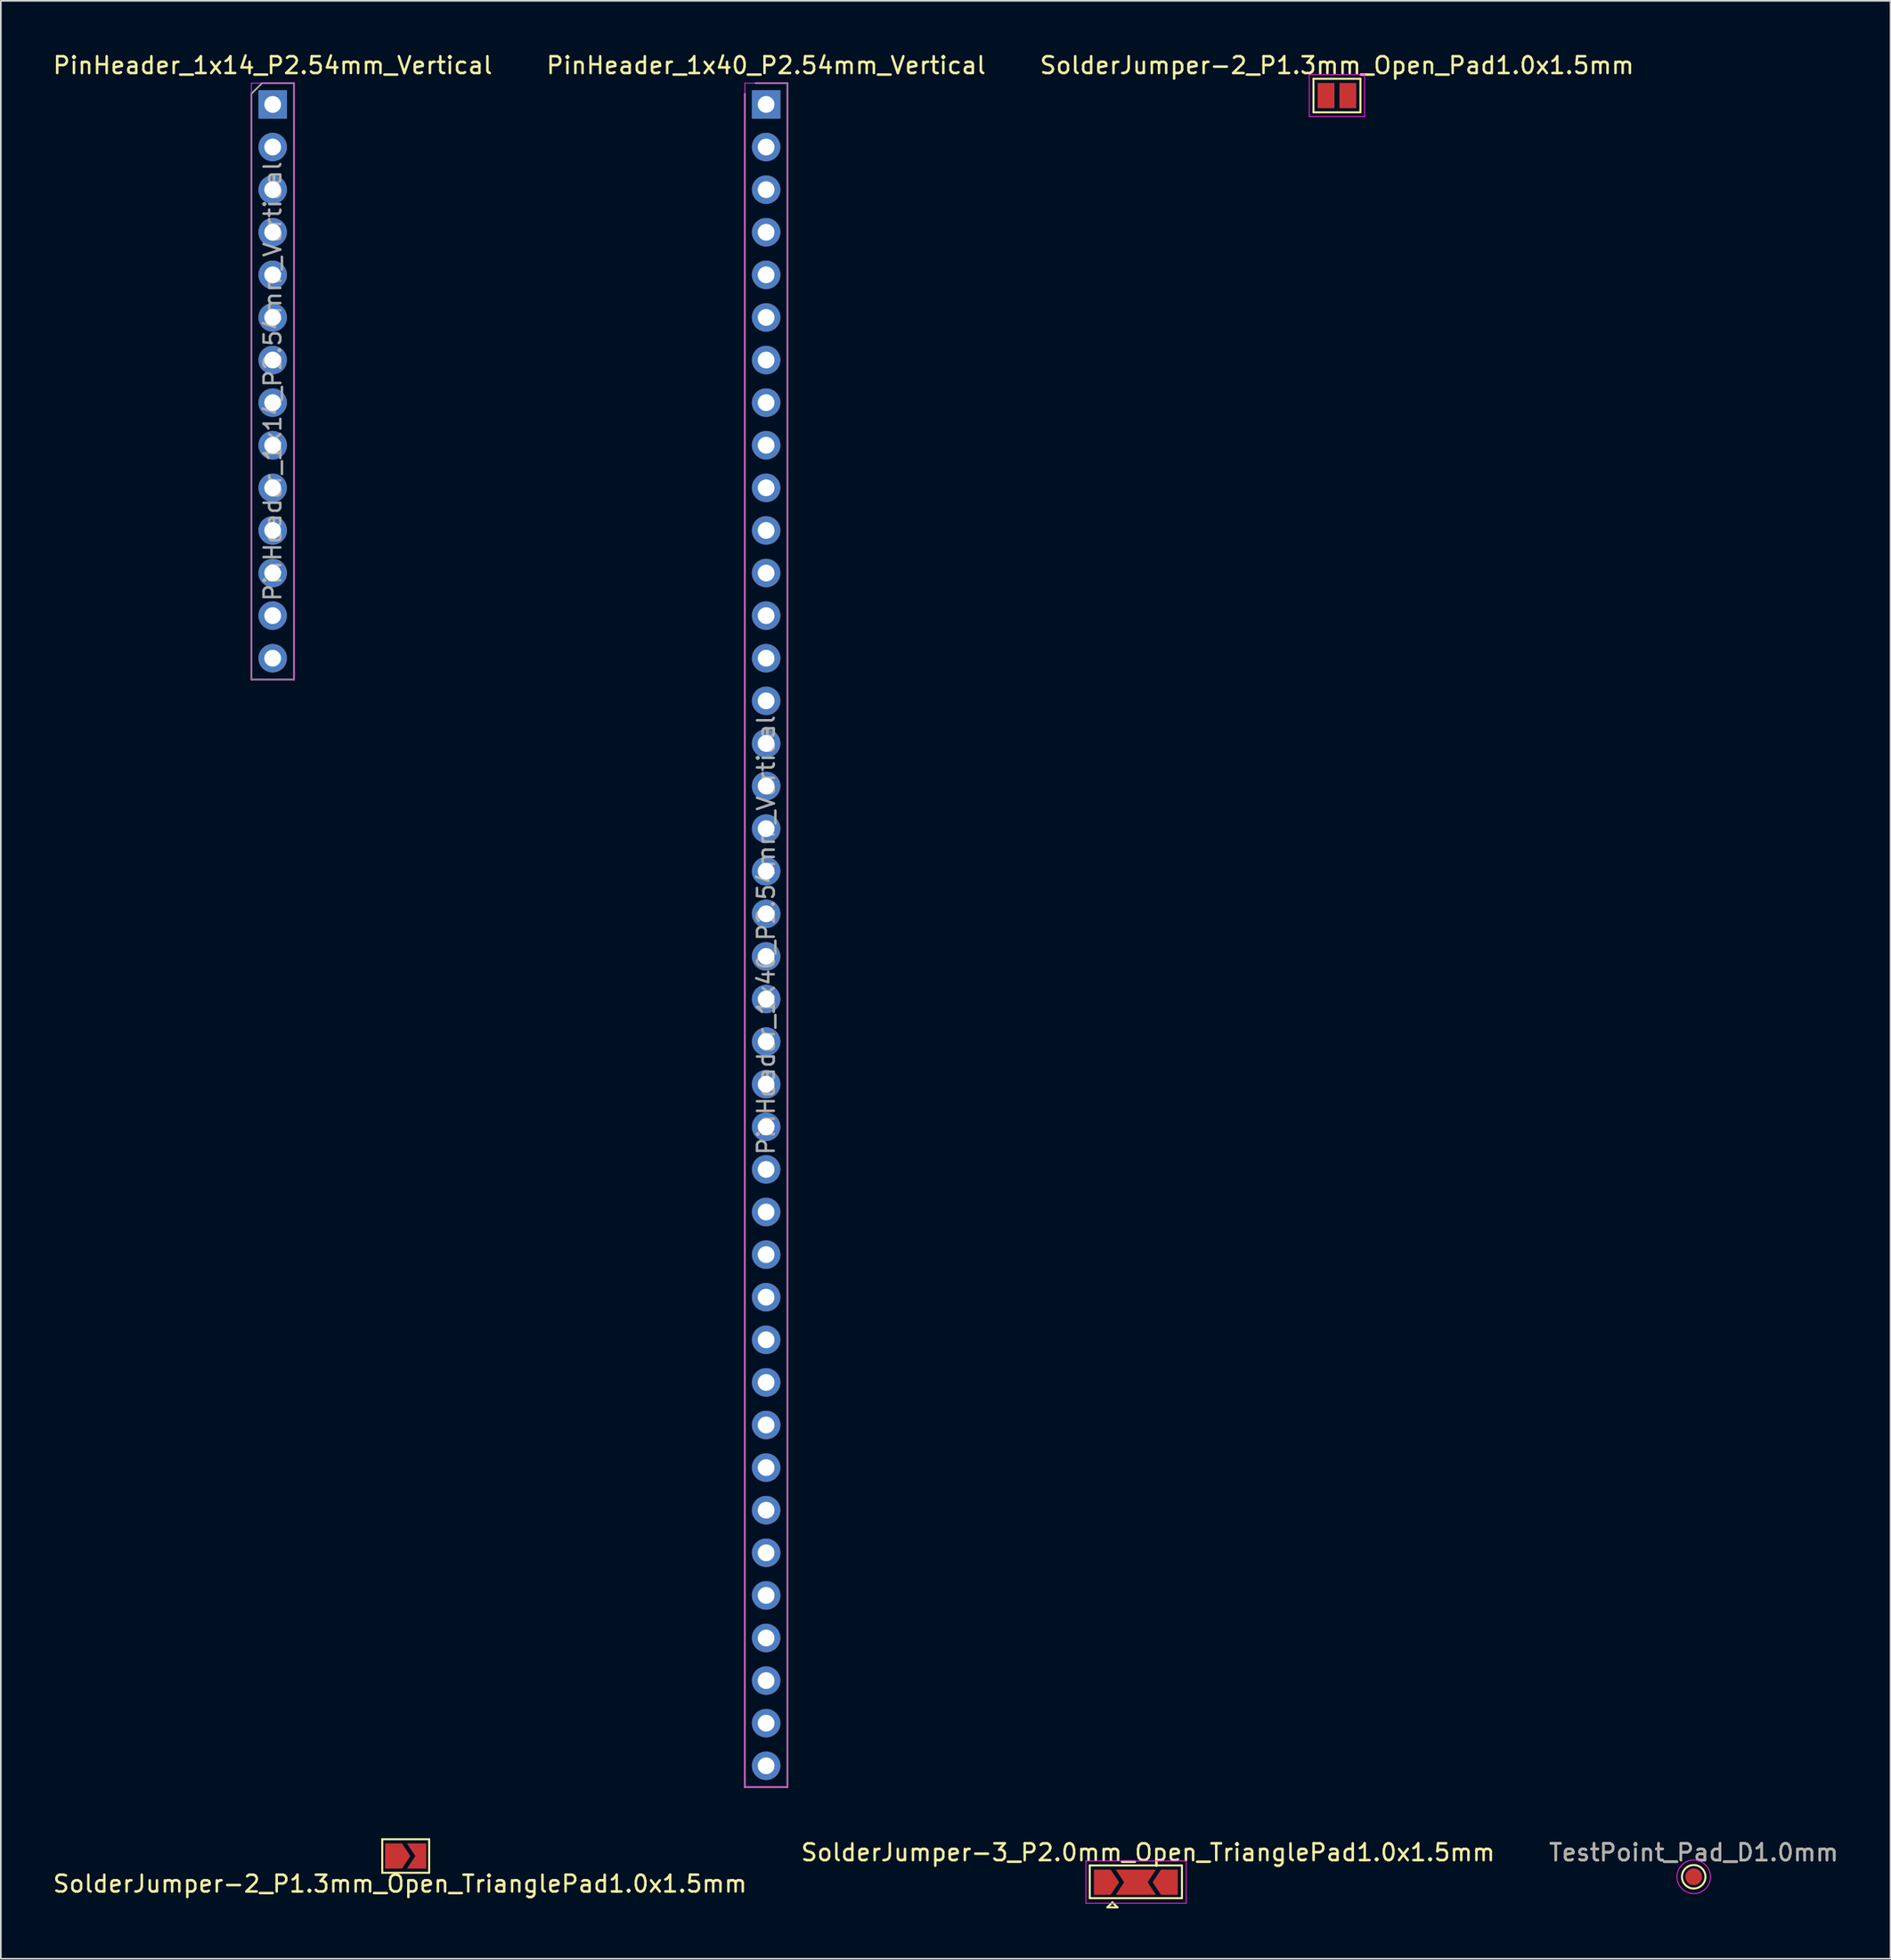
<source format=kicad_pcb>
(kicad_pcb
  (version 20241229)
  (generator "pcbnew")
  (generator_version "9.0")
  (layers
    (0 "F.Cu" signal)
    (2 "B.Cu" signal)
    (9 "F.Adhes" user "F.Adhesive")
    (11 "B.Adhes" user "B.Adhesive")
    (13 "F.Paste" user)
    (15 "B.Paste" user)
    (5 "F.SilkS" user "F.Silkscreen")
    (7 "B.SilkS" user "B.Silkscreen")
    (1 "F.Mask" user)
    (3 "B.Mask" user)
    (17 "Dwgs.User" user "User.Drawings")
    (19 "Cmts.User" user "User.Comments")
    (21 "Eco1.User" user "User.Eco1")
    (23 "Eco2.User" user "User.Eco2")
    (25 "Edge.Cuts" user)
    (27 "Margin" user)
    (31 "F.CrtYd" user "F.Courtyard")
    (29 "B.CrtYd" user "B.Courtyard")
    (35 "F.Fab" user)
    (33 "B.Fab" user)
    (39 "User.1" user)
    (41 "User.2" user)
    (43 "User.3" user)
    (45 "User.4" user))
  (footprint "SolderJumper-2_P1.3mm_Open_Pad1.0x1.5mm"
    (layer "F.Cu")
    (at 76.72 2.648)
    (property "Reference" "SolderJumper-2_P1.3mm_Open_Pad1.0x1.5mm" (at 0 -1.8 0) (layer "F.SilkS") (effects (font (size 1 1) (thickness 0.15))))
    (attr exclude_from_pos_files)
    (fp_line (start -1.4 -1) (end 1.4 -1) (stroke (width 0.12) (type solid)) (layer "F.SilkS"))
    (fp_line (start -1.4 1) (end -1.4 -1) (stroke (width 0.12) (type solid)) (layer "F.SilkS"))
    (fp_line (start 1.4 -1) (end 1.4 1) (stroke (width 0.12) (type solid)) (layer "F.SilkS"))
    (fp_line (start 1.4 1) (end -1.4 1) (stroke (width 0.12) (type solid)) (layer "F.SilkS"))
    (fp_line (start -1.65 -1.25) (end -1.65 1.25) (stroke (width 0.05) (type solid)) (layer "F.CrtYd"))
    (fp_line (start -1.65 -1.25) (end 1.65 -1.25) (stroke (width 0.05) (type solid)) (layer "F.CrtYd"))
    (fp_line (start 1.65 1.25) (end -1.65 1.25) (stroke (width 0.05) (type solid)) (layer "F.CrtYd"))
    (fp_line (start 1.65 1.25) (end 1.65 -1.25) (stroke (width 0.05) (type solid)) (layer "F.CrtYd"))
    (pad "1" smd rect (at -0.65 0) (size 1 1.5) (layers "F.Cu" "F.Mask"))
    (pad "2" smd rect (at 0.65 0) (size 1 1.5) (layers "F.Cu" "F.Mask")))
  (footprint "SolderJumper-2_P1.3mm_Open_TrianglePad1.0x1.5mm"
    (layer "F.Cu")
    (at 21.157 107.618)
    (property "Reference" "SolderJumper-2_P1.3mm_Open_TrianglePad1.0x1.5mm" (at -0.342 1.658 0) (layer "F.SilkS") (effects (font (size 1 1) (thickness 0.15))))
    (attr exclude_from_pos_files)
    (fp_line (start -1.4 -1) (end 1.4 -1) (stroke (width 0.12) (type solid)) (layer "F.SilkS"))
    (fp_line (start -1.4 1) (end -1.4 -1) (stroke (width 0.12) (type solid)) (layer "F.SilkS"))
    (fp_line (start 1.4 -1) (end 1.4 1) (stroke (width 0.12) (type solid)) (layer "F.SilkS"))
    (fp_line (start 1.4 1) (end -1.4 1) (stroke (width 0.12) (type solid)) (layer "F.SilkS"))
    (pad "1" smd custom (at -0.725 0) (size 0.3 0.3) (layers "F.Cu" "F.Mask") (options (anchor rect)) (primitives (gr_poly (pts (xy 1 0) (xy 0.5 0.75) (xy -0.5 0.75) (xy -0.5 -0.75) (xy 0.5 -0.75)) (width 0) (fill yes))))
    (pad "2" smd custom (at 0.725 0) (size 0.3 0.3) (layers "F.Cu" "F.Mask") (options (anchor rect)) (primitives (gr_poly (pts (xy 0.5 0.75) (xy -0.65 0.75) (xy -0.15 0) (xy -0.65 -0.75) (xy 0.5 -0.75)) (width 0) (fill yes)))))
  (footprint "SolderJumper-3_P2.0mm_Open_TrianglePad1.0x1.5mm"
    (layer "F.Cu")
    (at 64.721 109.181)
    (property "Reference" "SolderJumper-3_P2.0mm_Open_TrianglePad1.0x1.5mm" (at 0.725 -1.775 0) (layer "F.SilkS") (effects (font (size 1 1) (thickness 0.15))))
    (attr exclude_from_pos_files)
    (fp_line (start -2.75 -1) (end 2.75 -1) (stroke (width 0.12) (type solid)) (layer "F.SilkS"))
    (fp_line (start -2.75 0.95) (end -2.75 -1) (stroke (width 0.12) (type solid)) (layer "F.SilkS"))
    (fp_line (start -1.7 1.5) (end -1.1 1.5) (stroke (width 0.12) (type solid)) (layer "F.SilkS"))
    (fp_line (start -1.4 1.2) (end -1.7 1.5) (stroke (width 0.12) (type solid)) (layer "F.SilkS"))
    (fp_line (start -1.1 1.5) (end -1.4 1.2) (stroke (width 0.12) (type solid)) (layer "F.SilkS"))
    (fp_line (start 2.75 -1) (end 2.75 0.95) (stroke (width 0.12) (type solid)) (layer "F.SilkS"))
    (fp_line (start 2.75 0.95) (end -2.75 0.95) (stroke (width 0.12) (type solid)) (layer "F.SilkS"))
    (fp_line (start -2.98 -1.27) (end -2.98 1.25) (stroke (width 0.05) (type solid)) (layer "F.CrtYd"))
    (fp_line (start -2.98 -1.27) (end 3 -1.27) (stroke (width 0.05) (type solid)) (layer "F.CrtYd"))
    (fp_line (start 3 1.25) (end -2.98 1.25) (stroke (width 0.05) (type solid)) (layer "F.CrtYd"))
    (fp_line (start 3 1.25) (end 3 -1.27) (stroke (width 0.05) (type solid)) (layer "F.CrtYd"))
    (pad "" smd rect (at -1.2 0) (size 1.5 1.5) (layers "F.Mask"))
    (pad "" smd rect (at 1.2 0) (size 1.5 1.5) (layers "F.Mask"))
    (pad "1" smd custom (at -2 0) (size 0.3 0.3) (layers "F.Cu" "F.Mask") (options (anchor rect)) (primitives (gr_poly (pts (xy 1 0) (xy 0.5 0.75) (xy -0.5 0.75) (xy -0.5 -0.75) (xy 0.5 -0.75)) (width 0) (fill yes))))
    (pad "2" smd custom (at 0 0) (size 0.3 0.3) (layers "F.Cu") (options (anchor rect)) (primitives (gr_poly (pts (xy 0.7 0) (xy 1.2 0.75) (xy -1.2 0.75) (xy -0.7 0) (xy -1.2 -0.75) (xy 1.2 -0.75)) (width 0) (fill yes))))
    (pad "3" smd custom (at 2 0 180) (size 0.3 0.3) (layers "F.Cu" "F.Mask") (options (anchor rect)) (primitives (gr_poly (pts (xy 1 0) (xy 0.5 0.75) (xy -0.5 0.75) (xy -0.5 -0.75) (xy 0.5 -0.75)) (width 0) (fill yes)))))
  (footprint "PinHeader_1x14_P2.54mm_Vertical"
    (layer "F.Cu")
    (at 13.22 3.178)
    (property "Reference" "PinHeader_1x14_P2.54mm_Vertical" (at 0 -2.33 0) (layer "F.SilkS") (effects (font (size 1 1) (thickness 0.15))))
    (attr through_hole)
    (fp_line (start -1.27 -1.27) (end -1.27 34.29) (stroke (width 0.05) (type solid)) (layer "F.CrtYd"))
    (fp_line (start -1.27 34.29) (end 1.27 34.29) (stroke (width 0.05) (type solid)) (layer "F.CrtYd"))
    (fp_line (start 1.27 -1.27) (end -1.27 -1.27) (stroke (width 0.05) (type solid)) (layer "F.CrtYd"))
    (fp_line (start 1.27 34.29) (end 1.27 -1.27) (stroke (width 0.05) (type solid)) (layer "F.CrtYd"))
    (fp_line (start -1.27 -0.635) (end -0.635 -1.27) (stroke (width 0.1) (type solid)) (layer "F.Fab"))
    (fp_line (start -1.27 34.29) (end -1.27 -0.635) (stroke (width 0.1) (type solid)) (layer "F.Fab"))
    (fp_line (start -0.635 -1.27) (end 1.27 -1.27) (stroke (width 0.1) (type solid)) (layer "F.Fab"))
    (fp_line (start 1.27 -1.27) (end 1.27 34.29) (stroke (width 0.1) (type solid)) (layer "F.Fab"))
    (fp_line (start 1.27 34.29) (end -1.27 34.29) (stroke (width 0.1) (type solid)) (layer "F.Fab"))
    (fp_text user "${REFERENCE}" (at 0 16.51 90) (layer "F.Fab") (effects (font (size 1 1) (thickness 0.15))))
    (pad "1" thru_hole rect (at 0 0) (size 1.7 1.7) (drill 1) (layers "*.Cu" "*.Mask"))
    (pad "2" thru_hole oval (at 0 2.54) (size 1.7 1.7) (drill 1) (layers "*.Cu" "*.Mask"))
    (pad "3" thru_hole oval (at 0 5.08) (size 1.7 1.7) (drill 1) (layers "*.Cu" "*.Mask"))
    (pad "4" thru_hole oval (at 0 7.62) (size 1.7 1.7) (drill 1) (layers "*.Cu" "*.Mask"))
    (pad "5" thru_hole oval (at 0 10.16) (size 1.7 1.7) (drill 1) (layers "*.Cu" "*.Mask"))
    (pad "6" thru_hole oval (at 0 12.7) (size 1.7 1.7) (drill 1) (layers "*.Cu" "*.Mask"))
    (pad "7" thru_hole oval (at 0 15.24) (size 1.7 1.7) (drill 1) (layers "*.Cu" "*.Mask"))
    (pad "8" thru_hole oval (at 0 17.78) (size 1.7 1.7) (drill 1) (layers "*.Cu" "*.Mask"))
    (pad "9" thru_hole oval (at 0 20.32) (size 1.7 1.7) (drill 1) (layers "*.Cu" "*.Mask"))
    (pad "10" thru_hole oval (at 0 22.86) (size 1.7 1.7) (drill 1) (layers "*.Cu" "*.Mask"))
    (pad "11" thru_hole oval (at 0 25.4) (size 1.7 1.7) (drill 1) (layers "*.Cu" "*.Mask"))
    (pad "12" thru_hole oval (at 0 27.94) (size 1.7 1.7) (drill 1) (layers "*.Cu" "*.Mask"))
    (pad "13" thru_hole oval (at 0 30.48) (size 1.7 1.7) (drill 1) (layers "*.Cu" "*.Mask"))
    (pad "14" thru_hole oval (at 0 33.02) (size 1.7 1.7) (drill 1) (layers "*.Cu" "*.Mask")))
  (footprint "TestPoint_Pad_D1.0mm"
    (layer "F.Cu")
    (at 98.006 108.856)
    (property "Reference" "TestPoint_Pad_D1.0mm" (at 0 -1.448 0) (layer "F.SilkS") (effects (font (size 1 1) (thickness 0.15))))
    (attr exclude_from_pos_files)
    (fp_circle (center 0 0) (end 0 0.7) (stroke (width 0.12) (type solid)) (fill no) (layer "F.SilkS"))
    (fp_circle (center 0 0) (end 1 0) (stroke (width 0.05) (type solid)) (fill no) (layer "F.CrtYd"))
    (fp_text user "${REFERENCE}" (at 0 -1.45 0) (layer "F.Fab") (effects (font (size 1 1) (thickness 0.15))))
    (pad "1" smd circle (at 0 0) (size 1 1) (layers "F.Cu" "F.Mask")))
  (footprint "PinHeader_1x40_P2.54mm_Vertical"
    (layer "F.Cu")
    (at 42.661 3.178)
    (property "Reference" "PinHeader_1x40_P2.54mm_Vertical" (at 0 -2.33 0) (layer "F.SilkS") (effects (font (size 1 1) (thickness 0.15))))
    (attr through_hole)
    (fp_line (start -1.27 -1.27) (end -1.27 100.33) (stroke (width 0.05) (type solid)) (layer "F.CrtYd"))
    (fp_line (start -1.27 100.33) (end 1.27 100.33) (stroke (width 0.05) (type solid)) (layer "F.CrtYd"))
    (fp_line (start 1.27 -1.27) (end -1.27 -1.27) (stroke (width 0.05) (type solid)) (layer "F.CrtYd"))
    (fp_line (start 1.27 100.33) (end 1.27 -1.27) (stroke (width 0.05) (type solid)) (layer "F.CrtYd"))
    (fp_line (start -1.27 100.33) (end -1.27 -0.635) (stroke (width 0.1) (type solid)) (layer "F.Fab"))
    (fp_line (start -0.635 -1.27) (end 1.27 -1.27) (stroke (width 0.1) (type solid)) (layer "F.Fab"))
    (fp_line (start 1.27 -1.27) (end 1.27 100.33) (stroke (width 0.1) (type solid)) (layer "F.Fab"))
    (fp_line (start 1.27 100.33) (end -1.27 100.33) (stroke (width 0.1) (type solid)) (layer "F.Fab"))
    (fp_text user "${REFERENCE}" (at 0 49.53 270) (layer "F.Fab") (effects (font (size 1 1) (thickness 0.15))))
    (pad "1" thru_hole rect (at 0 0) (size 1.7 1.7) (drill 1) (layers "*.Cu" "*.Mask"))
    (pad "2" thru_hole oval (at 0 2.54) (size 1.7 1.7) (drill 1) (layers "*.Cu" "*.Mask"))
    (pad "3" thru_hole oval (at 0 5.08) (size 1.7 1.7) (drill 1) (layers "*.Cu" "*.Mask"))
    (pad "4" thru_hole oval (at 0 7.62) (size 1.7 1.7) (drill 1) (layers "*.Cu" "*.Mask"))
    (pad "5" thru_hole oval (at 0 10.16) (size 1.7 1.7) (drill 1) (layers "*.Cu" "*.Mask"))
    (pad "6" thru_hole oval (at 0 12.7) (size 1.7 1.7) (drill 1) (layers "*.Cu" "*.Mask"))
    (pad "7" thru_hole oval (at 0 15.24) (size 1.7 1.7) (drill 1) (layers "*.Cu" "*.Mask"))
    (pad "8" thru_hole oval (at 0 17.78) (size 1.7 1.7) (drill 1) (layers "*.Cu" "*.Mask"))
    (pad "9" thru_hole oval (at 0 20.32) (size 1.7 1.7) (drill 1) (layers "*.Cu" "*.Mask"))
    (pad "10" thru_hole oval (at 0 22.86) (size 1.7 1.7) (drill 1) (layers "*.Cu" "*.Mask"))
    (pad "11" thru_hole oval (at 0 25.4) (size 1.7 1.7) (drill 1) (layers "*.Cu" "*.Mask"))
    (pad "12" thru_hole oval (at 0 27.94) (size 1.7 1.7) (drill 1) (layers "*.Cu" "*.Mask"))
    (pad "13" thru_hole oval (at 0 30.48) (size 1.7 1.7) (drill 1) (layers "*.Cu" "*.Mask"))
    (pad "14" thru_hole oval (at 0 33.02) (size 1.7 1.7) (drill 1) (layers "*.Cu" "*.Mask"))
    (pad "15" thru_hole oval (at 0 35.56) (size 1.7 1.7) (drill 1) (layers "*.Cu" "*.Mask"))
    (pad "16" thru_hole oval (at 0 38.1) (size 1.7 1.7) (drill 1) (layers "*.Cu" "*.Mask"))
    (pad "17" thru_hole oval (at 0 40.64) (size 1.7 1.7) (drill 1) (layers "*.Cu" "*.Mask"))
    (pad "18" thru_hole oval (at 0 43.18) (size 1.7 1.7) (drill 1) (layers "*.Cu" "*.Mask"))
    (pad "19" thru_hole oval (at 0 45.72) (size 1.7 1.7) (drill 1) (layers "*.Cu" "*.Mask"))
    (pad "20" thru_hole oval (at 0 48.26) (size 1.7 1.7) (drill 1) (layers "*.Cu" "*.Mask"))
    (pad "21" thru_hole oval (at 0 50.8) (size 1.7 1.7) (drill 1) (layers "*.Cu" "*.Mask"))
    (pad "22" thru_hole oval (at 0 53.34) (size 1.7 1.7) (drill 1) (layers "*.Cu" "*.Mask"))
    (pad "23" thru_hole oval (at 0 55.88) (size 1.7 1.7) (drill 1) (layers "*.Cu" "*.Mask"))
    (pad "24" thru_hole oval (at 0 58.42) (size 1.7 1.7) (drill 1) (layers "*.Cu" "*.Mask"))
    (pad "25" thru_hole oval (at 0 60.96) (size 1.7 1.7) (drill 1) (layers "*.Cu" "*.Mask"))
    (pad "26" thru_hole oval (at 0 63.5) (size 1.7 1.7) (drill 1) (layers "*.Cu" "*.Mask"))
    (pad "27" thru_hole oval (at 0 66.04) (size 1.7 1.7) (drill 1) (layers "*.Cu" "*.Mask"))
    (pad "28" thru_hole oval (at 0 68.58) (size 1.7 1.7) (drill 1) (layers "*.Cu" "*.Mask"))
    (pad "29" thru_hole oval (at 0 71.12) (size 1.7 1.7) (drill 1) (layers "*.Cu" "*.Mask"))
    (pad "30" thru_hole oval (at 0 73.66) (size 1.7 1.7) (drill 1) (layers "*.Cu" "*.Mask"))
    (pad "31" thru_hole oval (at 0 76.2) (size 1.7 1.7) (drill 1) (layers "*.Cu" "*.Mask"))
    (pad "32" thru_hole oval (at 0 78.74) (size 1.7 1.7) (drill 1) (layers "*.Cu" "*.Mask"))
    (pad "33" thru_hole oval (at 0 81.28) (size 1.7 1.7) (drill 1) (layers "*.Cu" "*.Mask"))
    (pad "34" thru_hole oval (at 0 83.82) (size 1.7 1.7) (drill 1) (layers "*.Cu" "*.Mask"))
    (pad "35" thru_hole oval (at 0 86.36) (size 1.7 1.7) (drill 1) (layers "*.Cu" "*.Mask"))
    (pad "36" thru_hole oval (at 0 88.9) (size 1.7 1.7) (drill 1) (layers "*.Cu" "*.Mask"))
    (pad "37" thru_hole oval (at 0 91.44) (size 1.7 1.7) (drill 1) (layers "*.Cu" "*.Mask"))
    (pad "38" thru_hole oval (at 0 93.98) (size 1.7 1.7) (drill 1) (layers "*.Cu" "*.Mask"))
    (pad "39" thru_hole oval (at 0 96.52) (size 1.7 1.7) (drill 1) (layers "*.Cu" "*.Mask"))
    (pad "40" thru_hole oval (at 0 99.06) (size 1.7 1.7) (drill 1) (layers "*.Cu" "*.Mask")))
  (gr_rect
    (start -3 -3)
    (end 109.75 113.742)
    (stroke (width 0.1) (type default))
    (fill no)
    (layer "Edge.Cuts")))
</source>
